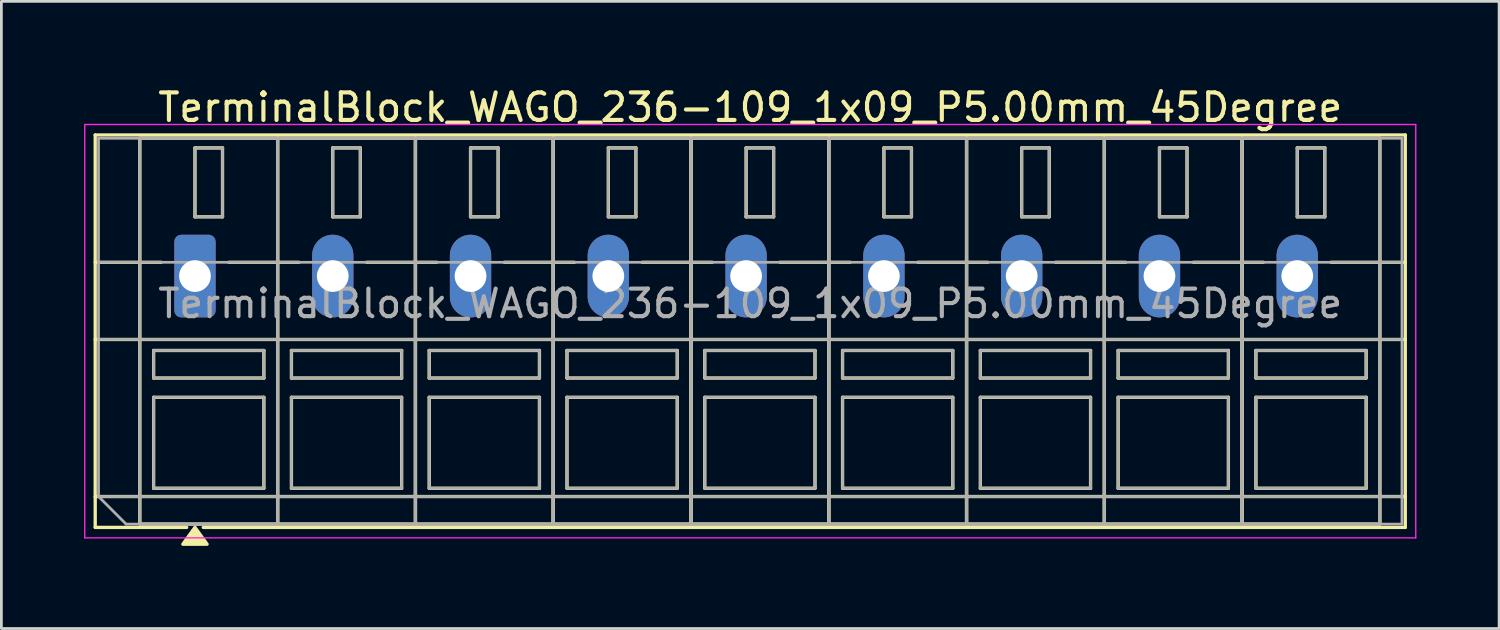
<source format=kicad_pcb>
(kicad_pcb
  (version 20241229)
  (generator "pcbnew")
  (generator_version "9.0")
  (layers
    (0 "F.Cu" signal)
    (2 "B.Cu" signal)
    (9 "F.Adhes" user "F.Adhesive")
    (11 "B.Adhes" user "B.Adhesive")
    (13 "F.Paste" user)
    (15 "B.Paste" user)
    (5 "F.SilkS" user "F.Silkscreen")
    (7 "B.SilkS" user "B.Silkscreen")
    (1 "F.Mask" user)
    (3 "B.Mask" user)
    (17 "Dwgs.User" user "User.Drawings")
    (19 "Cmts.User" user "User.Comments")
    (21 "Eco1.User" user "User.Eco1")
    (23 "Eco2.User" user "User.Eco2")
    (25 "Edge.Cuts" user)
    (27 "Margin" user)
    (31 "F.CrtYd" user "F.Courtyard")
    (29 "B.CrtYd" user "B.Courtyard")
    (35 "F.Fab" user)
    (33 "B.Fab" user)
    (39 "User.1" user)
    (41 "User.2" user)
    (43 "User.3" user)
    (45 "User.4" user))
  (footprint "TerminalBlock_WAGO_236-109_1x09_P5.00mm_45Degree"
    (layer "F.Cu")
    (at 4.025 6.968)
    (property "Reference" "TerminalBlock_WAGO_236-109_1x09_P5.00mm_45Degree" (at 20.15 -6.12 0) (layer "F.SilkS") (effects (font (size 1 1) (thickness 0.15))))
    (attr through_hole)
    (fp_line (start -3.62 -5.12) (end 43.92 -5.12) (stroke (width 0.12) (type solid)) (layer "F.SilkS"))
    (fp_line (start -3.62 -0.5) (end -1.23 -0.5) (stroke (width 0.12) (type solid)) (layer "F.SilkS"))
    (fp_line (start -3.62 2.3) (end 43.92 2.3) (stroke (width 0.12) (type solid)) (layer "F.SilkS"))
    (fp_line (start -3.62 8) (end 43.92 8) (stroke (width 0.12) (type solid)) (layer "F.SilkS"))
    (fp_line (start -3.62 9.12) (end -3.62 -5.12) (stroke (width 0.12) (type solid)) (layer "F.SilkS"))
    (fp_line (start -2 -5) (end 3 -5) (stroke (width 0.12) (type solid)) (layer "F.SilkS"))
    (fp_line (start -2 9) (end -2 -5) (stroke (width 0.12) (type solid)) (layer "F.SilkS"))
    (fp_line (start -1.5 2.7) (end 2.5 2.7) (stroke (width 0.12) (type solid)) (layer "F.SilkS"))
    (fp_line (start -1.5 3.7) (end -1.5 2.7) (stroke (width 0.12) (type solid)) (layer "F.SilkS"))
    (fp_line (start -1.5 4.4) (end 2.5 4.4) (stroke (width 0.12) (type solid)) (layer "F.SilkS"))
    (fp_line (start -1.5 7.7) (end -1.5 4.4) (stroke (width 0.12) (type solid)) (layer "F.SilkS"))
    (fp_line (start -0.3 9.12) (end -3.62 9.12) (stroke (width 0.12) (type solid)) (layer "F.SilkS"))
    (fp_line (start 0 -4.65) (end 1 -4.65) (stroke (width 0.12) (type solid)) (layer "F.SilkS"))
    (fp_line (start 0 -2.15) (end 0 -4.65) (stroke (width 0.12) (type solid)) (layer "F.SilkS"))
    (fp_line (start 1 -4.65) (end 1 -2.15) (stroke (width 0.12) (type solid)) (layer "F.SilkS"))
    (fp_line (start 1 -2.15) (end 0 -2.15) (stroke (width 0.12) (type solid)) (layer "F.SilkS"))
    (fp_line (start 1.23 -0.5) (end 3.77 -0.5) (stroke (width 0.12) (type solid)) (layer "F.SilkS"))
    (fp_line (start 2.5 2.7) (end 2.5 3.7) (stroke (width 0.12) (type solid)) (layer "F.SilkS"))
    (fp_line (start 2.5 3.7) (end -1.5 3.7) (stroke (width 0.12) (type solid)) (layer "F.SilkS"))
    (fp_line (start 2.5 4.4) (end 2.5 7.7) (stroke (width 0.12) (type solid)) (layer "F.SilkS"))
    (fp_line (start 2.5 7.7) (end -1.5 7.7) (stroke (width 0.12) (type solid)) (layer "F.SilkS"))
    (fp_line (start 3 -5) (end 3 9) (stroke (width 0.12) (type solid)) (layer "F.SilkS"))
    (fp_line (start 3 -5) (end 8 -5) (stroke (width 0.12) (type solid)) (layer "F.SilkS"))
    (fp_line (start 3 9) (end -2 9) (stroke (width 0.12) (type solid)) (layer "F.SilkS"))
    (fp_line (start 3 9) (end 3 -5) (stroke (width 0.12) (type solid)) (layer "F.SilkS"))
    (fp_line (start 3.5 2.7) (end 7.5 2.7) (stroke (width 0.12) (type solid)) (layer "F.SilkS"))
    (fp_line (start 3.5 3.7) (end 3.5 2.7) (stroke (width 0.12) (type solid)) (layer "F.SilkS"))
    (fp_line (start 3.5 4.4) (end 7.5 4.4) (stroke (width 0.12) (type solid)) (layer "F.SilkS"))
    (fp_line (start 3.5 7.7) (end 3.5 4.4) (stroke (width 0.12) (type solid)) (layer "F.SilkS"))
    (fp_line (start 5 -4.65) (end 6 -4.65) (stroke (width 0.12) (type solid)) (layer "F.SilkS"))
    (fp_line (start 5 -2.15) (end 5 -4.65) (stroke (width 0.12) (type solid)) (layer "F.SilkS"))
    (fp_line (start 6 -4.65) (end 6 -2.15) (stroke (width 0.12) (type solid)) (layer "F.SilkS"))
    (fp_line (start 6 -2.15) (end 5 -2.15) (stroke (width 0.12) (type solid)) (layer "F.SilkS"))
    (fp_line (start 6.23 -0.5) (end 8.77 -0.5) (stroke (width 0.12) (type solid)) (layer "F.SilkS"))
    (fp_line (start 7.5 2.7) (end 7.5 3.7) (stroke (width 0.12) (type solid)) (layer "F.SilkS"))
    (fp_line (start 7.5 3.7) (end 3.5 3.7) (stroke (width 0.12) (type solid)) (layer "F.SilkS"))
    (fp_line (start 7.5 4.4) (end 7.5 7.7) (stroke (width 0.12) (type solid)) (layer "F.SilkS"))
    (fp_line (start 7.5 7.7) (end 3.5 7.7) (stroke (width 0.12) (type solid)) (layer "F.SilkS"))
    (fp_line (start 8 -5) (end 8 9) (stroke (width 0.12) (type solid)) (layer "F.SilkS"))
    (fp_line (start 8 -5) (end 13 -5) (stroke (width 0.12) (type solid)) (layer "F.SilkS"))
    (fp_line (start 8 9) (end 3 9) (stroke (width 0.12) (type solid)) (layer "F.SilkS"))
    (fp_line (start 8 9) (end 8 -5) (stroke (width 0.12) (type solid)) (layer "F.SilkS"))
    (fp_line (start 8.5 2.7) (end 12.5 2.7) (stroke (width 0.12) (type solid)) (layer "F.SilkS"))
    (fp_line (start 8.5 3.7) (end 8.5 2.7) (stroke (width 0.12) (type solid)) (layer "F.SilkS"))
    (fp_line (start 8.5 4.4) (end 12.5 4.4) (stroke (width 0.12) (type solid)) (layer "F.SilkS"))
    (fp_line (start 8.5 7.7) (end 8.5 4.4) (stroke (width 0.12) (type solid)) (layer "F.SilkS"))
    (fp_line (start 10 -4.65) (end 11 -4.65) (stroke (width 0.12) (type solid)) (layer "F.SilkS"))
    (fp_line (start 10 -2.15) (end 10 -4.65) (stroke (width 0.12) (type solid)) (layer "F.SilkS"))
    (fp_line (start 11 -4.65) (end 11 -2.15) (stroke (width 0.12) (type solid)) (layer "F.SilkS"))
    (fp_line (start 11 -2.15) (end 10 -2.15) (stroke (width 0.12) (type solid)) (layer "F.SilkS"))
    (fp_line (start 11.23 -0.5) (end 13.77 -0.5) (stroke (width 0.12) (type solid)) (layer "F.SilkS"))
    (fp_line (start 12.5 2.7) (end 12.5 3.7) (stroke (width 0.12) (type solid)) (layer "F.SilkS"))
    (fp_line (start 12.5 3.7) (end 8.5 3.7) (stroke (width 0.12) (type solid)) (layer "F.SilkS"))
    (fp_line (start 12.5 4.4) (end 12.5 7.7) (stroke (width 0.12) (type solid)) (layer "F.SilkS"))
    (fp_line (start 12.5 7.7) (end 8.5 7.7) (stroke (width 0.12) (type solid)) (layer "F.SilkS"))
    (fp_line (start 13 -5) (end 13 9) (stroke (width 0.12) (type solid)) (layer "F.SilkS"))
    (fp_line (start 13 -5) (end 18 -5) (stroke (width 0.12) (type solid)) (layer "F.SilkS"))
    (fp_line (start 13 9) (end 8 9) (stroke (width 0.12) (type solid)) (layer "F.SilkS"))
    (fp_line (start 13 9) (end 13 -5) (stroke (width 0.12) (type solid)) (layer "F.SilkS"))
    (fp_line (start 13.5 2.7) (end 17.5 2.7) (stroke (width 0.12) (type solid)) (layer "F.SilkS"))
    (fp_line (start 13.5 3.7) (end 13.5 2.7) (stroke (width 0.12) (type solid)) (layer "F.SilkS"))
    (fp_line (start 13.5 4.4) (end 17.5 4.4) (stroke (width 0.12) (type solid)) (layer "F.SilkS"))
    (fp_line (start 13.5 7.7) (end 13.5 4.4) (stroke (width 0.12) (type solid)) (layer "F.SilkS"))
    (fp_line (start 15 -4.65) (end 16 -4.65) (stroke (width 0.12) (type solid)) (layer "F.SilkS"))
    (fp_line (start 15 -2.15) (end 15 -4.65) (stroke (width 0.12) (type solid)) (layer "F.SilkS"))
    (fp_line (start 16 -4.65) (end 16 -2.15) (stroke (width 0.12) (type solid)) (layer "F.SilkS"))
    (fp_line (start 16 -2.15) (end 15 -2.15) (stroke (width 0.12) (type solid)) (layer "F.SilkS"))
    (fp_line (start 16.23 -0.5) (end 18.77 -0.5) (stroke (width 0.12) (type solid)) (layer "F.SilkS"))
    (fp_line (start 17.5 2.7) (end 17.5 3.7) (stroke (width 0.12) (type solid)) (layer "F.SilkS"))
    (fp_line (start 17.5 3.7) (end 13.5 3.7) (stroke (width 0.12) (type solid)) (layer "F.SilkS"))
    (fp_line (start 17.5 4.4) (end 17.5 7.7) (stroke (width 0.12) (type solid)) (layer "F.SilkS"))
    (fp_line (start 17.5 7.7) (end 13.5 7.7) (stroke (width 0.12) (type solid)) (layer "F.SilkS"))
    (fp_line (start 18 -5) (end 18 9) (stroke (width 0.12) (type solid)) (layer "F.SilkS"))
    (fp_line (start 18 -5) (end 23 -5) (stroke (width 0.12) (type solid)) (layer "F.SilkS"))
    (fp_line (start 18 9) (end 13 9) (stroke (width 0.12) (type solid)) (layer "F.SilkS"))
    (fp_line (start 18 9) (end 18 -5) (stroke (width 0.12) (type solid)) (layer "F.SilkS"))
    (fp_line (start 18.5 2.7) (end 22.5 2.7) (stroke (width 0.12) (type solid)) (layer "F.SilkS"))
    (fp_line (start 18.5 3.7) (end 18.5 2.7) (stroke (width 0.12) (type solid)) (layer "F.SilkS"))
    (fp_line (start 18.5 4.4) (end 22.5 4.4) (stroke (width 0.12) (type solid)) (layer "F.SilkS"))
    (fp_line (start 18.5 7.7) (end 18.5 4.4) (stroke (width 0.12) (type solid)) (layer "F.SilkS"))
    (fp_line (start 20 -4.65) (end 21 -4.65) (stroke (width 0.12) (type solid)) (layer "F.SilkS"))
    (fp_line (start 20 -2.15) (end 20 -4.65) (stroke (width 0.12) (type solid)) (layer "F.SilkS"))
    (fp_line (start 21 -4.65) (end 21 -2.15) (stroke (width 0.12) (type solid)) (layer "F.SilkS"))
    (fp_line (start 21 -2.15) (end 20 -2.15) (stroke (width 0.12) (type solid)) (layer "F.SilkS"))
    (fp_line (start 21.23 -0.5) (end 23.77 -0.5) (stroke (width 0.12) (type solid)) (layer "F.SilkS"))
    (fp_line (start 22.5 2.7) (end 22.5 3.7) (stroke (width 0.12) (type solid)) (layer "F.SilkS"))
    (fp_line (start 22.5 3.7) (end 18.5 3.7) (stroke (width 0.12) (type solid)) (layer "F.SilkS"))
    (fp_line (start 22.5 4.4) (end 22.5 7.7) (stroke (width 0.12) (type solid)) (layer "F.SilkS"))
    (fp_line (start 22.5 7.7) (end 18.5 7.7) (stroke (width 0.12) (type solid)) (layer "F.SilkS"))
    (fp_line (start 23 -5) (end 23 9) (stroke (width 0.12) (type solid)) (layer "F.SilkS"))
    (fp_line (start 23 -5) (end 28 -5) (stroke (width 0.12) (type solid)) (layer "F.SilkS"))
    (fp_line (start 23 9) (end 18 9) (stroke (width 0.12) (type solid)) (layer "F.SilkS"))
    (fp_line (start 23 9) (end 23 -5) (stroke (width 0.12) (type solid)) (layer "F.SilkS"))
    (fp_line (start 23.5 2.7) (end 27.5 2.7) (stroke (width 0.12) (type solid)) (layer "F.SilkS"))
    (fp_line (start 23.5 3.7) (end 23.5 2.7) (stroke (width 0.12) (type solid)) (layer "F.SilkS"))
    (fp_line (start 23.5 4.4) (end 27.5 4.4) (stroke (width 0.12) (type solid)) (layer "F.SilkS"))
    (fp_line (start 23.5 7.7) (end 23.5 4.4) (stroke (width 0.12) (type solid)) (layer "F.SilkS"))
    (fp_line (start 25 -4.65) (end 26 -4.65) (stroke (width 0.12) (type solid)) (layer "F.SilkS"))
    (fp_line (start 25 -2.15) (end 25 -4.65) (stroke (width 0.12) (type solid)) (layer "F.SilkS"))
    (fp_line (start 26 -4.65) (end 26 -2.15) (stroke (width 0.12) (type solid)) (layer "F.SilkS"))
    (fp_line (start 26 -2.15) (end 25 -2.15) (stroke (width 0.12) (type solid)) (layer "F.SilkS"))
    (fp_line (start 26.23 -0.5) (end 28.77 -0.5) (stroke (width 0.12) (type solid)) (layer "F.SilkS"))
    (fp_line (start 27.5 2.7) (end 27.5 3.7) (stroke (width 0.12) (type solid)) (layer "F.SilkS"))
    (fp_line (start 27.5 3.7) (end 23.5 3.7) (stroke (width 0.12) (type solid)) (layer "F.SilkS"))
    (fp_line (start 27.5 4.4) (end 27.5 7.7) (stroke (width 0.12) (type solid)) (layer "F.SilkS"))
    (fp_line (start 27.5 7.7) (end 23.5 7.7) (stroke (width 0.12) (type solid)) (layer "F.SilkS"))
    (fp_line (start 28 -5) (end 28 9) (stroke (width 0.12) (type solid)) (layer "F.SilkS"))
    (fp_line (start 28 -5) (end 33 -5) (stroke (width 0.12) (type solid)) (layer "F.SilkS"))
    (fp_line (start 28 9) (end 23 9) (stroke (width 0.12) (type solid)) (layer "F.SilkS"))
    (fp_line (start 28 9) (end 28 -5) (stroke (width 0.12) (type solid)) (layer "F.SilkS"))
    (fp_line (start 28.5 2.7) (end 32.5 2.7) (stroke (width 0.12) (type solid)) (layer "F.SilkS"))
    (fp_line (start 28.5 3.7) (end 28.5 2.7) (stroke (width 0.12) (type solid)) (layer "F.SilkS"))
    (fp_line (start 28.5 4.4) (end 32.5 4.4) (stroke (width 0.12) (type solid)) (layer "F.SilkS"))
    (fp_line (start 28.5 7.7) (end 28.5 4.4) (stroke (width 0.12) (type solid)) (layer "F.SilkS"))
    (fp_line (start 30 -4.65) (end 31 -4.65) (stroke (width 0.12) (type solid)) (layer "F.SilkS"))
    (fp_line (start 30 -2.15) (end 30 -4.65) (stroke (width 0.12) (type solid)) (layer "F.SilkS"))
    (fp_line (start 31 -4.65) (end 31 -2.15) (stroke (width 0.12) (type solid)) (layer "F.SilkS"))
    (fp_line (start 31 -2.15) (end 30 -2.15) (stroke (width 0.12) (type solid)) (layer "F.SilkS"))
    (fp_line (start 31.23 -0.5) (end 33.77 -0.5) (stroke (width 0.12) (type solid)) (layer "F.SilkS"))
    (fp_line (start 32.5 2.7) (end 32.5 3.7) (stroke (width 0.12) (type solid)) (layer "F.SilkS"))
    (fp_line (start 32.5 3.7) (end 28.5 3.7) (stroke (width 0.12) (type solid)) (layer "F.SilkS"))
    (fp_line (start 32.5 4.4) (end 32.5 7.7) (stroke (width 0.12) (type solid)) (layer "F.SilkS"))
    (fp_line (start 32.5 7.7) (end 28.5 7.7) (stroke (width 0.12) (type solid)) (layer "F.SilkS"))
    (fp_line (start 33 -5) (end 33 9) (stroke (width 0.12) (type solid)) (layer "F.SilkS"))
    (fp_line (start 33 -5) (end 38 -5) (stroke (width 0.12) (type solid)) (layer "F.SilkS"))
    (fp_line (start 33 9) (end 28 9) (stroke (width 0.12) (type solid)) (layer "F.SilkS"))
    (fp_line (start 33 9) (end 33 -5) (stroke (width 0.12) (type solid)) (layer "F.SilkS"))
    (fp_line (start 33.5 2.7) (end 37.5 2.7) (stroke (width 0.12) (type solid)) (layer "F.SilkS"))
    (fp_line (start 33.5 3.7) (end 33.5 2.7) (stroke (width 0.12) (type solid)) (layer "F.SilkS"))
    (fp_line (start 33.5 4.4) (end 37.5 4.4) (stroke (width 0.12) (type solid)) (layer "F.SilkS"))
    (fp_line (start 33.5 7.7) (end 33.5 4.4) (stroke (width 0.12) (type solid)) (layer "F.SilkS"))
    (fp_line (start 35 -4.65) (end 36 -4.65) (stroke (width 0.12) (type solid)) (layer "F.SilkS"))
    (fp_line (start 35 -2.15) (end 35 -4.65) (stroke (width 0.12) (type solid)) (layer "F.SilkS"))
    (fp_line (start 36 -4.65) (end 36 -2.15) (stroke (width 0.12) (type solid)) (layer "F.SilkS"))
    (fp_line (start 36 -2.15) (end 35 -2.15) (stroke (width 0.12) (type solid)) (layer "F.SilkS"))
    (fp_line (start 36.23 -0.5) (end 38.77 -0.5) (stroke (width 0.12) (type solid)) (layer "F.SilkS"))
    (fp_line (start 37.5 2.7) (end 37.5 3.7) (stroke (width 0.12) (type solid)) (layer "F.SilkS"))
    (fp_line (start 37.5 3.7) (end 33.5 3.7) (stroke (width 0.12) (type solid)) (layer "F.SilkS"))
    (fp_line (start 37.5 4.4) (end 37.5 7.7) (stroke (width 0.12) (type solid)) (layer "F.SilkS"))
    (fp_line (start 37.5 7.7) (end 33.5 7.7) (stroke (width 0.12) (type solid)) (layer "F.SilkS"))
    (fp_line (start 38 -5) (end 38 9) (stroke (width 0.12) (type solid)) (layer "F.SilkS"))
    (fp_line (start 38 -5) (end 43 -5) (stroke (width 0.12) (type solid)) (layer "F.SilkS"))
    (fp_line (start 38 9) (end 33 9) (stroke (width 0.12) (type solid)) (layer "F.SilkS"))
    (fp_line (start 38 9) (end 38 -5) (stroke (width 0.12) (type solid)) (layer "F.SilkS"))
    (fp_line (start 38.5 2.7) (end 42.5 2.7) (stroke (width 0.12) (type solid)) (layer "F.SilkS"))
    (fp_line (start 38.5 3.7) (end 38.5 2.7) (stroke (width 0.12) (type solid)) (layer "F.SilkS"))
    (fp_line (start 38.5 4.4) (end 42.5 4.4) (stroke (width 0.12) (type solid)) (layer "F.SilkS"))
    (fp_line (start 38.5 7.7) (end 38.5 4.4) (stroke (width 0.12) (type solid)) (layer "F.SilkS"))
    (fp_line (start 40 -4.65) (end 41 -4.65) (stroke (width 0.12) (type solid)) (layer "F.SilkS"))
    (fp_line (start 40 -2.15) (end 40 -4.65) (stroke (width 0.12) (type solid)) (layer "F.SilkS"))
    (fp_line (start 41 -4.65) (end 41 -2.15) (stroke (width 0.12) (type solid)) (layer "F.SilkS"))
    (fp_line (start 41 -2.15) (end 40 -2.15) (stroke (width 0.12) (type solid)) (layer "F.SilkS"))
    (fp_line (start 41.23 -0.5) (end 43.92 -0.5) (stroke (width 0.12) (type solid)) (layer "F.SilkS"))
    (fp_line (start 42.5 2.7) (end 42.5 3.7) (stroke (width 0.12) (type solid)) (layer "F.SilkS"))
    (fp_line (start 42.5 3.7) (end 38.5 3.7) (stroke (width 0.12) (type solid)) (layer "F.SilkS"))
    (fp_line (start 42.5 4.4) (end 42.5 7.7) (stroke (width 0.12) (type solid)) (layer "F.SilkS"))
    (fp_line (start 42.5 7.7) (end 38.5 7.7) (stroke (width 0.12) (type solid)) (layer "F.SilkS"))
    (fp_line (start 43 -5) (end 43 9) (stroke (width 0.12) (type solid)) (layer "F.SilkS"))
    (fp_line (start 43 9) (end 38 9) (stroke (width 0.12) (type solid)) (layer "F.SilkS"))
    (fp_line (start 43.92 -5.12) (end 43.92 9.12) (stroke (width 0.12) (type solid)) (layer "F.SilkS"))
    (fp_line (start 43.92 9.12) (end 0.3 9.12) (stroke (width 0.12) (type solid)) (layer "F.SilkS"))
    (fp_poly (pts (xy 0 9.12) (xy 0.44 9.73) (xy -0.44 9.73)) (stroke (width 0.12) (type solid)) (fill yes) (layer "F.SilkS"))
    (fp_line (start -4 -5.5) (end -4 9.5) (stroke (width 0.05) (type solid)) (layer "F.CrtYd"))
    (fp_line (start -4 9.5) (end 44.3 9.5) (stroke (width 0.05) (type solid)) (layer "F.CrtYd"))
    (fp_line (start 44.3 -5.5) (end -4 -5.5) (stroke (width 0.05) (type solid)) (layer "F.CrtYd"))
    (fp_line (start 44.3 9.5) (end 44.3 -5.5) (stroke (width 0.05) (type solid)) (layer "F.CrtYd"))
    (fp_line (start -3.5 -5) (end 43.8 -5) (stroke (width 0.1) (type solid)) (layer "F.Fab"))
    (fp_line (start -3.5 -0.5) (end 43.8 -0.5) (stroke (width 0.1) (type solid)) (layer "F.Fab"))
    (fp_line (start -3.5 2.3) (end 43.8 2.3) (stroke (width 0.1) (type solid)) (layer "F.Fab"))
    (fp_line (start -3.5 8) (end -3.5 -5) (stroke (width 0.1) (type solid)) (layer "F.Fab"))
    (fp_line (start -3.5 8) (end 43.8 8) (stroke (width 0.1) (type solid)) (layer "F.Fab"))
    (fp_line (start -2.5 9) (end -3.5 8) (stroke (width 0.1) (type solid)) (layer "F.Fab"))
    (fp_line (start -2 -5) (end -2 9) (stroke (width 0.1) (type solid)) (layer "F.Fab"))
    (fp_line (start -2 9) (end 3 9) (stroke (width 0.1) (type solid)) (layer "F.Fab"))
    (fp_line (start -1.5 2.7) (end -1.5 3.7) (stroke (width 0.1) (type solid)) (layer "F.Fab"))
    (fp_line (start -1.5 3.7) (end 2.5 3.7) (stroke (width 0.1) (type solid)) (layer "F.Fab"))
    (fp_line (start -1.5 4.4) (end -1.5 7.7) (stroke (width 0.1) (type solid)) (layer "F.Fab"))
    (fp_line (start -1.5 7.7) (end 2.5 7.7) (stroke (width 0.1) (type solid)) (layer "F.Fab"))
    (fp_line (start 0 -4.65) (end 0 -2.15) (stroke (width 0.1) (type solid)) (layer "F.Fab"))
    (fp_line (start 0 -2.15) (end 1 -2.15) (stroke (width 0.1) (type solid)) (layer "F.Fab"))
    (fp_line (start 1 -4.65) (end 0 -4.65) (stroke (width 0.1) (type solid)) (layer "F.Fab"))
    (fp_line (start 1 -2.15) (end 1 -4.65) (stroke (width 0.1) (type solid)) (layer "F.Fab"))
    (fp_line (start 2.5 2.7) (end -1.5 2.7) (stroke (width 0.1) (type solid)) (layer "F.Fab"))
    (fp_line (start 2.5 3.7) (end 2.5 2.7) (stroke (width 0.1) (type solid)) (layer "F.Fab"))
    (fp_line (start 2.5 4.4) (end -1.5 4.4) (stroke (width 0.1) (type solid)) (layer "F.Fab"))
    (fp_line (start 2.5 7.7) (end 2.5 4.4) (stroke (width 0.1) (type solid)) (layer "F.Fab"))
    (fp_line (start 3 -5) (end -2 -5) (stroke (width 0.1) (type solid)) (layer "F.Fab"))
    (fp_line (start 3 -5) (end 3 9) (stroke (width 0.1) (type solid)) (layer "F.Fab"))
    (fp_line (start 3 9) (end 3 -5) (stroke (width 0.1) (type solid)) (layer "F.Fab"))
    (fp_line (start 3 9) (end 8 9) (stroke (width 0.1) (type solid)) (layer "F.Fab"))
    (fp_line (start 3.5 2.7) (end 3.5 3.7) (stroke (width 0.1) (type solid)) (layer "F.Fab"))
    (fp_line (start 3.5 3.7) (end 7.5 3.7) (stroke (width 0.1) (type solid)) (layer "F.Fab"))
    (fp_line (start 3.5 4.4) (end 3.5 7.7) (stroke (width 0.1) (type solid)) (layer "F.Fab"))
    (fp_line (start 3.5 7.7) (end 7.5 7.7) (stroke (width 0.1) (type solid)) (layer "F.Fab"))
    (fp_line (start 5 -4.65) (end 5 -2.15) (stroke (width 0.1) (type solid)) (layer "F.Fab"))
    (fp_line (start 5 -2.15) (end 6 -2.15) (stroke (width 0.1) (type solid)) (layer "F.Fab"))
    (fp_line (start 6 -4.65) (end 5 -4.65) (stroke (width 0.1) (type solid)) (layer "F.Fab"))
    (fp_line (start 6 -2.15) (end 6 -4.65) (stroke (width 0.1) (type solid)) (layer "F.Fab"))
    (fp_line (start 7.5 2.7) (end 3.5 2.7) (stroke (width 0.1) (type solid)) (layer "F.Fab"))
    (fp_line (start 7.5 3.7) (end 7.5 2.7) (stroke (width 0.1) (type solid)) (layer "F.Fab"))
    (fp_line (start 7.5 4.4) (end 3.5 4.4) (stroke (width 0.1) (type solid)) (layer "F.Fab"))
    (fp_line (start 7.5 7.7) (end 7.5 4.4) (stroke (width 0.1) (type solid)) (layer "F.Fab"))
    (fp_line (start 8 -5) (end 3 -5) (stroke (width 0.1) (type solid)) (layer "F.Fab"))
    (fp_line (start 8 -5) (end 8 9) (stroke (width 0.1) (type solid)) (layer "F.Fab"))
    (fp_line (start 8 9) (end 8 -5) (stroke (width 0.1) (type solid)) (layer "F.Fab"))
    (fp_line (start 8 9) (end 13 9) (stroke (width 0.1) (type solid)) (layer "F.Fab"))
    (fp_line (start 8.5 2.7) (end 8.5 3.7) (stroke (width 0.1) (type solid)) (layer "F.Fab"))
    (fp_line (start 8.5 3.7) (end 12.5 3.7) (stroke (width 0.1) (type solid)) (layer "F.Fab"))
    (fp_line (start 8.5 4.4) (end 8.5 7.7) (stroke (width 0.1) (type solid)) (layer "F.Fab"))
    (fp_line (start 8.5 7.7) (end 12.5 7.7) (stroke (width 0.1) (type solid)) (layer "F.Fab"))
    (fp_line (start 10 -4.65) (end 10 -2.15) (stroke (width 0.1) (type solid)) (layer "F.Fab"))
    (fp_line (start 10 -2.15) (end 11 -2.15) (stroke (width 0.1) (type solid)) (layer "F.Fab"))
    (fp_line (start 11 -4.65) (end 10 -4.65) (stroke (width 0.1) (type solid)) (layer "F.Fab"))
    (fp_line (start 11 -2.15) (end 11 -4.65) (stroke (width 0.1) (type solid)) (layer "F.Fab"))
    (fp_line (start 12.5 2.7) (end 8.5 2.7) (stroke (width 0.1) (type solid)) (layer "F.Fab"))
    (fp_line (start 12.5 3.7) (end 12.5 2.7) (stroke (width 0.1) (type solid)) (layer "F.Fab"))
    (fp_line (start 12.5 4.4) (end 8.5 4.4) (stroke (width 0.1) (type solid)) (layer "F.Fab"))
    (fp_line (start 12.5 7.7) (end 12.5 4.4) (stroke (width 0.1) (type solid)) (layer "F.Fab"))
    (fp_line (start 13 -5) (end 8 -5) (stroke (width 0.1) (type solid)) (layer "F.Fab"))
    (fp_line (start 13 -5) (end 13 9) (stroke (width 0.1) (type solid)) (layer "F.Fab"))
    (fp_line (start 13 9) (end 13 -5) (stroke (width 0.1) (type solid)) (layer "F.Fab"))
    (fp_line (start 13 9) (end 18 9) (stroke (width 0.1) (type solid)) (layer "F.Fab"))
    (fp_line (start 13.5 2.7) (end 13.5 3.7) (stroke (width 0.1) (type solid)) (layer "F.Fab"))
    (fp_line (start 13.5 3.7) (end 17.5 3.7) (stroke (width 0.1) (type solid)) (layer "F.Fab"))
    (fp_line (start 13.5 4.4) (end 13.5 7.7) (stroke (width 0.1) (type solid)) (layer "F.Fab"))
    (fp_line (start 13.5 7.7) (end 17.5 7.7) (stroke (width 0.1) (type solid)) (layer "F.Fab"))
    (fp_line (start 15 -4.65) (end 15 -2.15) (stroke (width 0.1) (type solid)) (layer "F.Fab"))
    (fp_line (start 15 -2.15) (end 16 -2.15) (stroke (width 0.1) (type solid)) (layer "F.Fab"))
    (fp_line (start 16 -4.65) (end 15 -4.65) (stroke (width 0.1) (type solid)) (layer "F.Fab"))
    (fp_line (start 16 -2.15) (end 16 -4.65) (stroke (width 0.1) (type solid)) (layer "F.Fab"))
    (fp_line (start 17.5 2.7) (end 13.5 2.7) (stroke (width 0.1) (type solid)) (layer "F.Fab"))
    (fp_line (start 17.5 3.7) (end 17.5 2.7) (stroke (width 0.1) (type solid)) (layer "F.Fab"))
    (fp_line (start 17.5 4.4) (end 13.5 4.4) (stroke (width 0.1) (type solid)) (layer "F.Fab"))
    (fp_line (start 17.5 7.7) (end 17.5 4.4) (stroke (width 0.1) (type solid)) (layer "F.Fab"))
    (fp_line (start 18 -5) (end 13 -5) (stroke (width 0.1) (type solid)) (layer "F.Fab"))
    (fp_line (start 18 -5) (end 18 9) (stroke (width 0.1) (type solid)) (layer "F.Fab"))
    (fp_line (start 18 9) (end 18 -5) (stroke (width 0.1) (type solid)) (layer "F.Fab"))
    (fp_line (start 18 9) (end 23 9) (stroke (width 0.1) (type solid)) (layer "F.Fab"))
    (fp_line (start 18.5 2.7) (end 18.5 3.7) (stroke (width 0.1) (type solid)) (layer "F.Fab"))
    (fp_line (start 18.5 3.7) (end 22.5 3.7) (stroke (width 0.1) (type solid)) (layer "F.Fab"))
    (fp_line (start 18.5 4.4) (end 18.5 7.7) (stroke (width 0.1) (type solid)) (layer "F.Fab"))
    (fp_line (start 18.5 7.7) (end 22.5 7.7) (stroke (width 0.1) (type solid)) (layer "F.Fab"))
    (fp_line (start 20 -4.65) (end 20 -2.15) (stroke (width 0.1) (type solid)) (layer "F.Fab"))
    (fp_line (start 20 -2.15) (end 21 -2.15) (stroke (width 0.1) (type solid)) (layer "F.Fab"))
    (fp_line (start 21 -4.65) (end 20 -4.65) (stroke (width 0.1) (type solid)) (layer "F.Fab"))
    (fp_line (start 21 -2.15) (end 21 -4.65) (stroke (width 0.1) (type solid)) (layer "F.Fab"))
    (fp_line (start 22.5 2.7) (end 18.5 2.7) (stroke (width 0.1) (type solid)) (layer "F.Fab"))
    (fp_line (start 22.5 3.7) (end 22.5 2.7) (stroke (width 0.1) (type solid)) (layer "F.Fab"))
    (fp_line (start 22.5 4.4) (end 18.5 4.4) (stroke (width 0.1) (type solid)) (layer "F.Fab"))
    (fp_line (start 22.5 7.7) (end 22.5 4.4) (stroke (width 0.1) (type solid)) (layer "F.Fab"))
    (fp_line (start 23 -5) (end 18 -5) (stroke (width 0.1) (type solid)) (layer "F.Fab"))
    (fp_line (start 23 -5) (end 23 9) (stroke (width 0.1) (type solid)) (layer "F.Fab"))
    (fp_line (start 23 9) (end 23 -5) (stroke (width 0.1) (type solid)) (layer "F.Fab"))
    (fp_line (start 23 9) (end 28 9) (stroke (width 0.1) (type solid)) (layer "F.Fab"))
    (fp_line (start 23.5 2.7) (end 23.5 3.7) (stroke (width 0.1) (type solid)) (layer "F.Fab"))
    (fp_line (start 23.5 3.7) (end 27.5 3.7) (stroke (width 0.1) (type solid)) (layer "F.Fab"))
    (fp_line (start 23.5 4.4) (end 23.5 7.7) (stroke (width 0.1) (type solid)) (layer "F.Fab"))
    (fp_line (start 23.5 7.7) (end 27.5 7.7) (stroke (width 0.1) (type solid)) (layer "F.Fab"))
    (fp_line (start 25 -4.65) (end 25 -2.15) (stroke (width 0.1) (type solid)) (layer "F.Fab"))
    (fp_line (start 25 -2.15) (end 26 -2.15) (stroke (width 0.1) (type solid)) (layer "F.Fab"))
    (fp_line (start 26 -4.65) (end 25 -4.65) (stroke (width 0.1) (type solid)) (layer "F.Fab"))
    (fp_line (start 26 -2.15) (end 26 -4.65) (stroke (width 0.1) (type solid)) (layer "F.Fab"))
    (fp_line (start 27.5 2.7) (end 23.5 2.7) (stroke (width 0.1) (type solid)) (layer "F.Fab"))
    (fp_line (start 27.5 3.7) (end 27.5 2.7) (stroke (width 0.1) (type solid)) (layer "F.Fab"))
    (fp_line (start 27.5 4.4) (end 23.5 4.4) (stroke (width 0.1) (type solid)) (layer "F.Fab"))
    (fp_line (start 27.5 7.7) (end 27.5 4.4) (stroke (width 0.1) (type solid)) (layer "F.Fab"))
    (fp_line (start 28 -5) (end 23 -5) (stroke (width 0.1) (type solid)) (layer "F.Fab"))
    (fp_line (start 28 -5) (end 28 9) (stroke (width 0.1) (type solid)) (layer "F.Fab"))
    (fp_line (start 28 9) (end 28 -5) (stroke (width 0.1) (type solid)) (layer "F.Fab"))
    (fp_line (start 28 9) (end 33 9) (stroke (width 0.1) (type solid)) (layer "F.Fab"))
    (fp_line (start 28.5 2.7) (end 28.5 3.7) (stroke (width 0.1) (type solid)) (layer "F.Fab"))
    (fp_line (start 28.5 3.7) (end 32.5 3.7) (stroke (width 0.1) (type solid)) (layer "F.Fab"))
    (fp_line (start 28.5 4.4) (end 28.5 7.7) (stroke (width 0.1) (type solid)) (layer "F.Fab"))
    (fp_line (start 28.5 7.7) (end 32.5 7.7) (stroke (width 0.1) (type solid)) (layer "F.Fab"))
    (fp_line (start 30 -4.65) (end 30 -2.15) (stroke (width 0.1) (type solid)) (layer "F.Fab"))
    (fp_line (start 30 -2.15) (end 31 -2.15) (stroke (width 0.1) (type solid)) (layer "F.Fab"))
    (fp_line (start 31 -4.65) (end 30 -4.65) (stroke (width 0.1) (type solid)) (layer "F.Fab"))
    (fp_line (start 31 -2.15) (end 31 -4.65) (stroke (width 0.1) (type solid)) (layer "F.Fab"))
    (fp_line (start 32.5 2.7) (end 28.5 2.7) (stroke (width 0.1) (type solid)) (layer "F.Fab"))
    (fp_line (start 32.5 3.7) (end 32.5 2.7) (stroke (width 0.1) (type solid)) (layer "F.Fab"))
    (fp_line (start 32.5 4.4) (end 28.5 4.4) (stroke (width 0.1) (type solid)) (layer "F.Fab"))
    (fp_line (start 32.5 7.7) (end 32.5 4.4) (stroke (width 0.1) (type solid)) (layer "F.Fab"))
    (fp_line (start 33 -5) (end 28 -5) (stroke (width 0.1) (type solid)) (layer "F.Fab"))
    (fp_line (start 33 -5) (end 33 9) (stroke (width 0.1) (type solid)) (layer "F.Fab"))
    (fp_line (start 33 9) (end 33 -5) (stroke (width 0.1) (type solid)) (layer "F.Fab"))
    (fp_line (start 33 9) (end 38 9) (stroke (width 0.1) (type solid)) (layer "F.Fab"))
    (fp_line (start 33.5 2.7) (end 33.5 3.7) (stroke (width 0.1) (type solid)) (layer "F.Fab"))
    (fp_line (start 33.5 3.7) (end 37.5 3.7) (stroke (width 0.1) (type solid)) (layer "F.Fab"))
    (fp_line (start 33.5 4.4) (end 33.5 7.7) (stroke (width 0.1) (type solid)) (layer "F.Fab"))
    (fp_line (start 33.5 7.7) (end 37.5 7.7) (stroke (width 0.1) (type solid)) (layer "F.Fab"))
    (fp_line (start 35 -4.65) (end 35 -2.15) (stroke (width 0.1) (type solid)) (layer "F.Fab"))
    (fp_line (start 35 -2.15) (end 36 -2.15) (stroke (width 0.1) (type solid)) (layer "F.Fab"))
    (fp_line (start 36 -4.65) (end 35 -4.65) (stroke (width 0.1) (type solid)) (layer "F.Fab"))
    (fp_line (start 36 -2.15) (end 36 -4.65) (stroke (width 0.1) (type solid)) (layer "F.Fab"))
    (fp_line (start 37.5 2.7) (end 33.5 2.7) (stroke (width 0.1) (type solid)) (layer "F.Fab"))
    (fp_line (start 37.5 3.7) (end 37.5 2.7) (stroke (width 0.1) (type solid)) (layer "F.Fab"))
    (fp_line (start 37.5 4.4) (end 33.5 4.4) (stroke (width 0.1) (type solid)) (layer "F.Fab"))
    (fp_line (start 37.5 7.7) (end 37.5 4.4) (stroke (width 0.1) (type solid)) (layer "F.Fab"))
    (fp_line (start 38 -5) (end 33 -5) (stroke (width 0.1) (type solid)) (layer "F.Fab"))
    (fp_line (start 38 -5) (end 38 9) (stroke (width 0.1) (type solid)) (layer "F.Fab"))
    (fp_line (start 38 9) (end 38 -5) (stroke (width 0.1) (type solid)) (layer "F.Fab"))
    (fp_line (start 38 9) (end 43 9) (stroke (width 0.1) (type solid)) (layer "F.Fab"))
    (fp_line (start 38.5 2.7) (end 38.5 3.7) (stroke (width 0.1) (type solid)) (layer "F.Fab"))
    (fp_line (start 38.5 3.7) (end 42.5 3.7) (stroke (width 0.1) (type solid)) (layer "F.Fab"))
    (fp_line (start 38.5 4.4) (end 38.5 7.7) (stroke (width 0.1) (type solid)) (layer "F.Fab"))
    (fp_line (start 38.5 7.7) (end 42.5 7.7) (stroke (width 0.1) (type solid)) (layer "F.Fab"))
    (fp_line (start 40 -4.65) (end 40 -2.15) (stroke (width 0.1) (type solid)) (layer "F.Fab"))
    (fp_line (start 40 -2.15) (end 41 -2.15) (stroke (width 0.1) (type solid)) (layer "F.Fab"))
    (fp_line (start 41 -4.65) (end 40 -4.65) (stroke (width 0.1) (type solid)) (layer "F.Fab"))
    (fp_line (start 41 -2.15) (end 41 -4.65) (stroke (width 0.1) (type solid)) (layer "F.Fab"))
    (fp_line (start 42.5 2.7) (end 38.5 2.7) (stroke (width 0.1) (type solid)) (layer "F.Fab"))
    (fp_line (start 42.5 3.7) (end 42.5 2.7) (stroke (width 0.1) (type solid)) (layer "F.Fab"))
    (fp_line (start 42.5 4.4) (end 38.5 4.4) (stroke (width 0.1) (type solid)) (layer "F.Fab"))
    (fp_line (start 42.5 7.7) (end 42.5 4.4) (stroke (width 0.1) (type solid)) (layer "F.Fab"))
    (fp_line (start 43 -5) (end 38 -5) (stroke (width 0.1) (type solid)) (layer "F.Fab"))
    (fp_line (start 43 9) (end 43 -5) (stroke (width 0.1) (type solid)) (layer "F.Fab"))
    (fp_line (start 43.8 -5) (end 43.8 9) (stroke (width 0.1) (type solid)) (layer "F.Fab"))
    (fp_line (start 43.8 9) (end -2.5 9) (stroke (width 0.1) (type solid)) (layer "F.Fab"))
    (fp_text user "${REFERENCE}" (at 20.15 1 0) (layer "F.Fab") (effects (font (size 1 1) (thickness 0.15))))
    (pad "1" thru_hole roundrect (at 0 0) (size 1.5 3) (drill 1.15) (layers "*.Cu" "*.Mask") (roundrect_rratio 0.167))
    (pad "2" thru_hole oval (at 5 0) (size 1.5 3) (drill 1.15) (layers "*.Cu" "*.Mask"))
    (pad "3" thru_hole oval (at 10 0) (size 1.5 3) (drill 1.15) (layers "*.Cu" "*.Mask"))
    (pad "4" thru_hole oval (at 15 0) (size 1.5 3) (drill 1.15) (layers "*.Cu" "*.Mask"))
    (pad "5" thru_hole oval (at 20 0) (size 1.5 3) (drill 1.15) (layers "*.Cu" "*.Mask"))
    (pad "6" thru_hole oval (at 25 0) (size 1.5 3) (drill 1.15) (layers "*.Cu" "*.Mask"))
    (pad "7" thru_hole oval (at 30 0) (size 1.5 3) (drill 1.15) (layers "*.Cu" "*.Mask"))
    (pad "8" thru_hole oval (at 35 0) (size 1.5 3) (drill 1.15) (layers "*.Cu" "*.Mask"))
    (pad "9" thru_hole oval (at 40 0) (size 1.5 3) (drill 1.15) (layers "*.Cu" "*.Mask")))
  (gr_rect
    (start -3 -3)
    (end 51.35 19.758)
    (stroke (width 0.1) (type default))
    (fill no)
    (layer "Edge.Cuts")))
</source>
